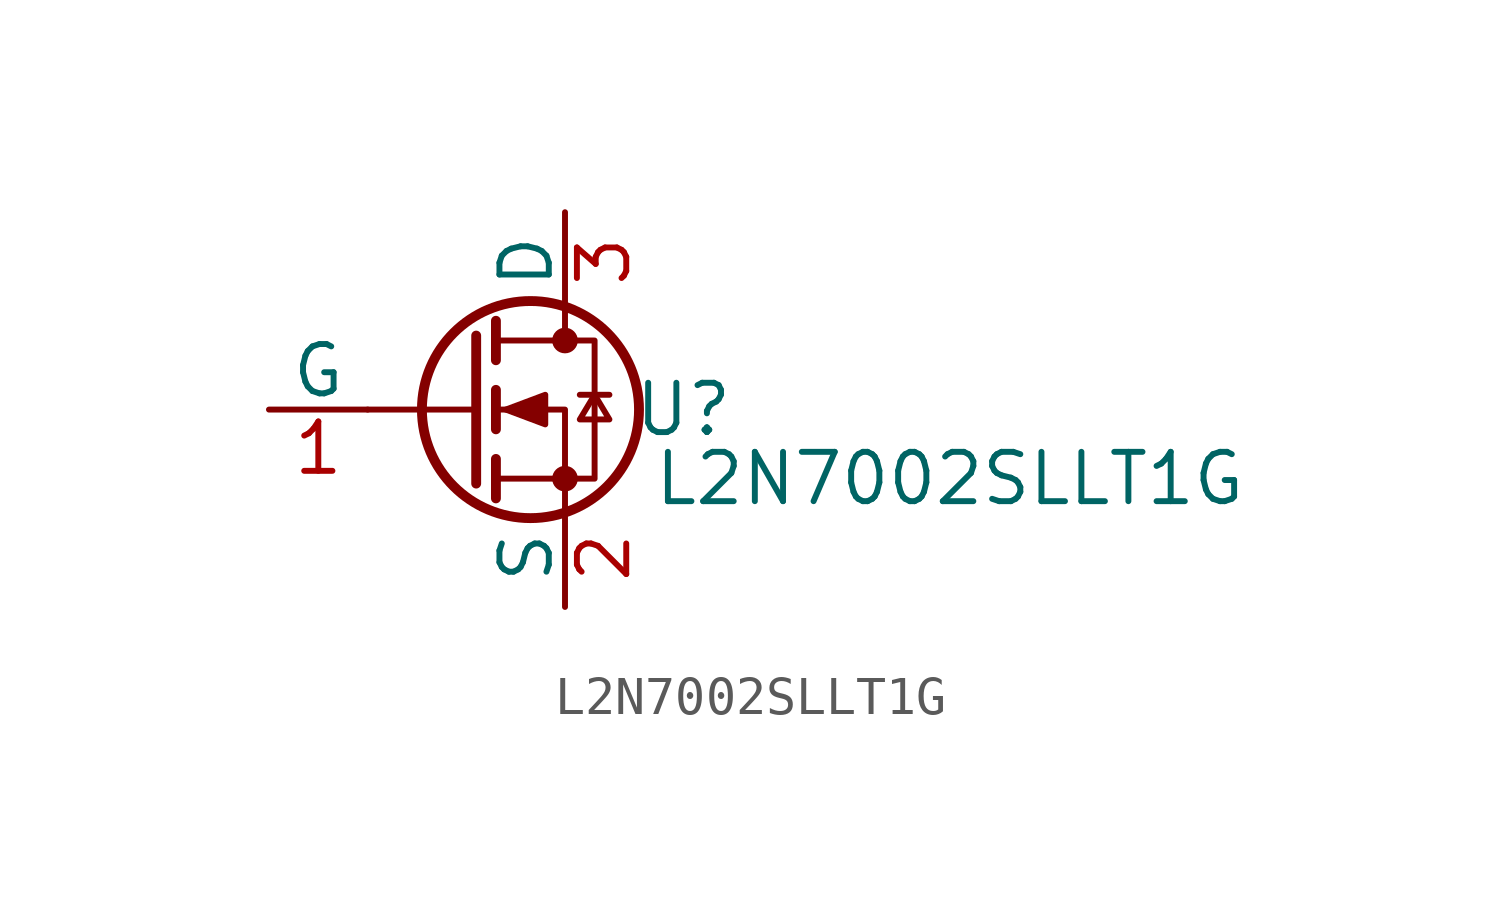
<source format=kicad_sym>
(kicad_symbol_lib
  (version 20241209)
  (generator "kicad_symbol_editor")
  (generator_version "9.0")
  (symbol "L2N7002SLLT1G"
    (pin_names
      (offset 0))
    (property "Reference" "U"
      (at 4.318 0 0)
      (effects (font (size 1.27 1.27))))
    (property "Value" "L2N7002SLLT1G"
      (at 11.176 -1.778 0)
      (effects (font (size 1.27 1.27))))
    (symbol "L2N7002SLLT1G_0_1"
      (polyline (pts (xy -1.016 1.905) (xy -1.016 -1.905)) (stroke (width 0.254) (type default)) (fill (type none)))
      (polyline (pts (xy -1.016 0) (xy -3.81 0)) (stroke (width 0) (type default)) (fill (type none)))
      (polyline (pts (xy -0.508 2.286) (xy -0.508 1.27)) (stroke (width 0.254) (type default)) (fill (type none)))
      (polyline (pts (xy -0.508 0.508) (xy -0.508 -0.508)) (stroke (width 0.254) (type default)) (fill (type none)))
      (polyline (pts (xy -0.508 -1.27) (xy -0.508 -2.286)) (stroke (width 0.254) (type default)) (fill (type none)))
      (polyline (pts (xy -0.508 -1.778) (xy 2.032 -1.778) (xy 2.032 1.778) (xy -0.508 1.778)) (stroke (width 0) (type default)) (fill (type none)))
      (polyline (pts (xy -0.254 0) (xy 0.762 0.381) (xy 0.762 -0.381) (xy -0.254 0)) (stroke (width 0) (type default)) (fill (type outline)))
      (circle (center 0.381 0) (radius 2.794) (stroke (width 0.254) (type default)) (fill (type none)))
      (polyline (pts (xy 1.27 2.54) (xy 1.27 1.778)) (stroke (width 0) (type default)) (fill (type none)))
      (circle (center 1.27 1.778) (radius 0.254) (stroke (width 0) (type default)) (fill (type outline)))
      (circle (center 1.27 -1.778) (radius 0.254) (stroke (width 0) (type default)) (fill (type outline)))
      (polyline (pts (xy 1.27 -2.54) (xy 1.27 0) (xy -0.508 0)) (stroke (width 0) (type default)) (fill (type none)))
      (polyline (pts (xy 1.651 0.381) (xy 2.413 0.381)) (stroke (width 0) (type default)) (fill (type none)))
      (polyline (pts (xy 2.032 0.381) (xy 1.651 -0.254) (xy 2.413 -0.254) (xy 2.032 0.381)) (stroke (width 0) (type default)) (fill (type none))))
    (symbol "L2N7002SLLT1G_1_1"
      (pin input line (at -6.35 0 0) (length 2.54) (name "G" (effects (font (size 1.27 1.27)))) (number "1" (effects (font (size 1.27 1.27)))))
      (pin passive line (at 1.27 5.08 270) (length 2.54) (name "D" (effects (font (size 1.27 1.27)))) (number "3" (effects (font (size 1.27 1.27)))))
      (pin passive line (at 1.27 -5.08 90) (length 2.54) (name "S" (effects (font (size 1.27 1.27)))) (number "2" (effects (font (size 1.27 1.27))))))))
</source>
